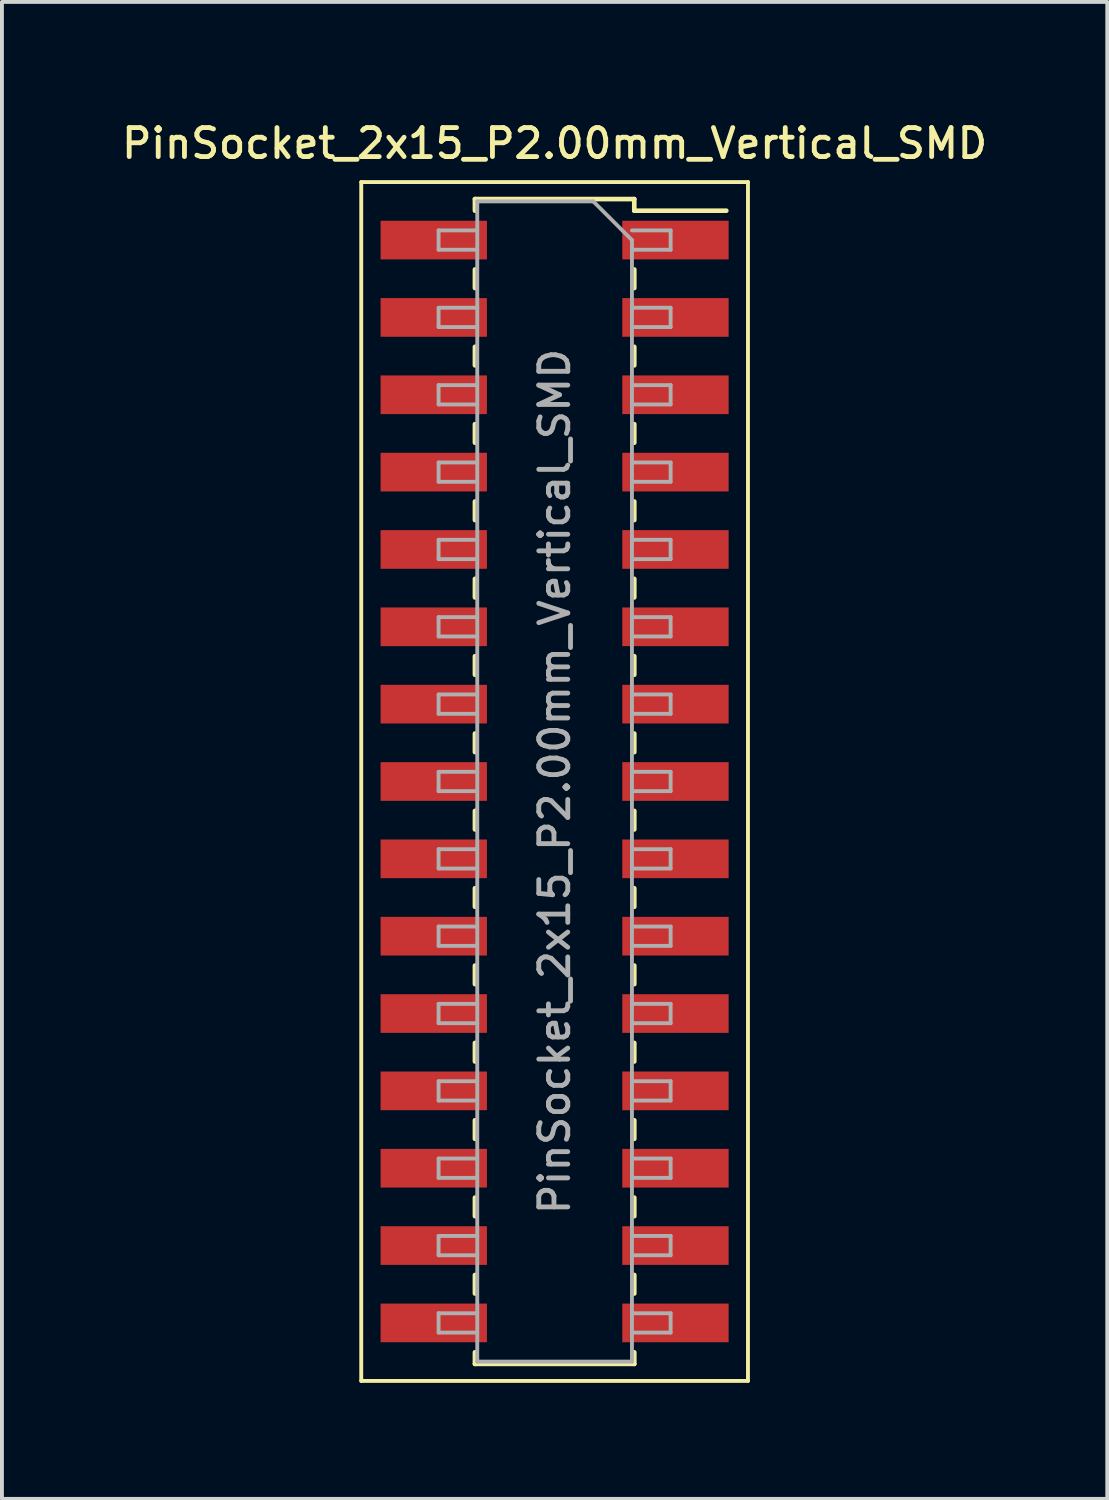
<source format=kicad_pcb>
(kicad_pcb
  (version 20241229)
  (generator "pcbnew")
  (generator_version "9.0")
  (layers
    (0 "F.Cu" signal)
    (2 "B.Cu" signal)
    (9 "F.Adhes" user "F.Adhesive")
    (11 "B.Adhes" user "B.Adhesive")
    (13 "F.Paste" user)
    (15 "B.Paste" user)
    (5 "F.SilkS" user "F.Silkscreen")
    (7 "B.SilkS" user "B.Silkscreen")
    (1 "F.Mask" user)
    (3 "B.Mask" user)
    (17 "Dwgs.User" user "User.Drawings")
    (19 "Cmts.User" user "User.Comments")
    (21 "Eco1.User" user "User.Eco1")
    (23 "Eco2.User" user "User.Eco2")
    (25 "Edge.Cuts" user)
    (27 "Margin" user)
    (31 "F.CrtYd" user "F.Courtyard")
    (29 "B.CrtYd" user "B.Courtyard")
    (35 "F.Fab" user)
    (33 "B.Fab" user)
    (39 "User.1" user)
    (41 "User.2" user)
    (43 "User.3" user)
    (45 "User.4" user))
  (footprint "PinSocket_2x15_P2.00mm_Vertical_SMD"
    (layer "F.Cu")
    (at 11.291 17.158)
    (property "Reference" "PinSocket_2x15_P2.00mm_Vertical_SMD" (at 0 -16.5 0) (layer "F.SilkS") (effects (font (size 0.75 0.75) (thickness 0.125))))
    (attr smd)
    (fp_line (start -5 -15.5) (end 5 -15.5) (stroke (width 0.1) (type solid)) (layer "F.SilkS"))
    (fp_line (start -5 15.5) (end -5 -15.5) (stroke (width 0.1) (type solid)) (layer "F.SilkS"))
    (fp_line (start -2.06 -15.06) (end -2.06 -14.76) (stroke (width 0.12) (type solid)) (layer "F.SilkS"))
    (fp_line (start -2.06 -15.06) (end 2.06 -15.06) (stroke (width 0.12) (type solid)) (layer "F.SilkS"))
    (fp_line (start -2.06 -13.24) (end -2.06 -12.76) (stroke (width 0.12) (type solid)) (layer "F.SilkS"))
    (fp_line (start -2.06 -11.24) (end -2.06 -10.76) (stroke (width 0.12) (type solid)) (layer "F.SilkS"))
    (fp_line (start -2.06 -9.24) (end -2.06 -8.76) (stroke (width 0.12) (type solid)) (layer "F.SilkS"))
    (fp_line (start -2.06 -7.24) (end -2.06 -6.76) (stroke (width 0.12) (type solid)) (layer "F.SilkS"))
    (fp_line (start -2.06 -5.24) (end -2.06 -4.76) (stroke (width 0.12) (type solid)) (layer "F.SilkS"))
    (fp_line (start -2.06 -3.24) (end -2.06 -2.76) (stroke (width 0.12) (type solid)) (layer "F.SilkS"))
    (fp_line (start -2.06 -1.24) (end -2.06 -0.76) (stroke (width 0.12) (type solid)) (layer "F.SilkS"))
    (fp_line (start -2.06 0.76) (end -2.06 1.24) (stroke (width 0.12) (type solid)) (layer "F.SilkS"))
    (fp_line (start -2.06 2.76) (end -2.06 3.24) (stroke (width 0.12) (type solid)) (layer "F.SilkS"))
    (fp_line (start -2.06 4.76) (end -2.06 5.24) (stroke (width 0.12) (type solid)) (layer "F.SilkS"))
    (fp_line (start -2.06 6.76) (end -2.06 7.24) (stroke (width 0.12) (type solid)) (layer "F.SilkS"))
    (fp_line (start -2.06 8.76) (end -2.06 9.24) (stroke (width 0.12) (type solid)) (layer "F.SilkS"))
    (fp_line (start -2.06 10.76) (end -2.06 11.24) (stroke (width 0.12) (type solid)) (layer "F.SilkS"))
    (fp_line (start -2.06 12.76) (end -2.06 13.24) (stroke (width 0.12) (type solid)) (layer "F.SilkS"))
    (fp_line (start -2.06 14.76) (end -2.06 15.06) (stroke (width 0.12) (type solid)) (layer "F.SilkS"))
    (fp_line (start -2.06 15.06) (end 2.06 15.06) (stroke (width 0.12) (type solid)) (layer "F.SilkS"))
    (fp_line (start 2.06 -15.06) (end 2.06 -14.76) (stroke (width 0.12) (type solid)) (layer "F.SilkS"))
    (fp_line (start 2.06 -14.76) (end 4.44 -14.76) (stroke (width 0.12) (type solid)) (layer "F.SilkS"))
    (fp_line (start 2.06 -13.24) (end 2.06 -12.76) (stroke (width 0.12) (type solid)) (layer "F.SilkS"))
    (fp_line (start 2.06 -11.24) (end 2.06 -10.76) (stroke (width 0.12) (type solid)) (layer "F.SilkS"))
    (fp_line (start 2.06 -9.24) (end 2.06 -8.76) (stroke (width 0.12) (type solid)) (layer "F.SilkS"))
    (fp_line (start 2.06 -7.24) (end 2.06 -6.76) (stroke (width 0.12) (type solid)) (layer "F.SilkS"))
    (fp_line (start 2.06 -5.24) (end 2.06 -4.76) (stroke (width 0.12) (type solid)) (layer "F.SilkS"))
    (fp_line (start 2.06 -3.24) (end 2.06 -2.76) (stroke (width 0.12) (type solid)) (layer "F.SilkS"))
    (fp_line (start 2.06 -1.24) (end 2.06 -0.76) (stroke (width 0.12) (type solid)) (layer "F.SilkS"))
    (fp_line (start 2.06 0.76) (end 2.06 1.24) (stroke (width 0.12) (type solid)) (layer "F.SilkS"))
    (fp_line (start 2.06 2.76) (end 2.06 3.24) (stroke (width 0.12) (type solid)) (layer "F.SilkS"))
    (fp_line (start 2.06 4.76) (end 2.06 5.24) (stroke (width 0.12) (type solid)) (layer "F.SilkS"))
    (fp_line (start 2.06 6.76) (end 2.06 7.24) (stroke (width 0.12) (type solid)) (layer "F.SilkS"))
    (fp_line (start 2.06 8.76) (end 2.06 9.24) (stroke (width 0.12) (type solid)) (layer "F.SilkS"))
    (fp_line (start 2.06 10.76) (end 2.06 11.24) (stroke (width 0.12) (type solid)) (layer "F.SilkS"))
    (fp_line (start 2.06 12.76) (end 2.06 13.24) (stroke (width 0.12) (type solid)) (layer "F.SilkS"))
    (fp_line (start 2.06 14.76) (end 2.06 15.06) (stroke (width 0.12) (type solid)) (layer "F.SilkS"))
    (fp_line (start 5 -15.5) (end 5 15.5) (stroke (width 0.1) (type solid)) (layer "F.SilkS"))
    (fp_line (start 5 15.5) (end -5 15.5) (stroke (width 0.1) (type solid)) (layer "F.SilkS"))
    (fp_line (start -3 -14.25) (end -2 -14.25) (stroke (width 0.1) (type solid)) (layer "F.Fab"))
    (fp_line (start -3 -13.75) (end -3 -14.25) (stroke (width 0.1) (type solid)) (layer "F.Fab"))
    (fp_line (start -3 -12.25) (end -2 -12.25) (stroke (width 0.1) (type solid)) (layer "F.Fab"))
    (fp_line (start -3 -11.75) (end -3 -12.25) (stroke (width 0.1) (type solid)) (layer "F.Fab"))
    (fp_line (start -3 -10.25) (end -2 -10.25) (stroke (width 0.1) (type solid)) (layer "F.Fab"))
    (fp_line (start -3 -9.75) (end -3 -10.25) (stroke (width 0.1) (type solid)) (layer "F.Fab"))
    (fp_line (start -3 -8.25) (end -2 -8.25) (stroke (width 0.1) (type solid)) (layer "F.Fab"))
    (fp_line (start -3 -7.75) (end -3 -8.25) (stroke (width 0.1) (type solid)) (layer "F.Fab"))
    (fp_line (start -3 -6.25) (end -2 -6.25) (stroke (width 0.1) (type solid)) (layer "F.Fab"))
    (fp_line (start -3 -5.75) (end -3 -6.25) (stroke (width 0.1) (type solid)) (layer "F.Fab"))
    (fp_line (start -3 -4.25) (end -2 -4.25) (stroke (width 0.1) (type solid)) (layer "F.Fab"))
    (fp_line (start -3 -3.75) (end -3 -4.25) (stroke (width 0.1) (type solid)) (layer "F.Fab"))
    (fp_line (start -3 -2.25) (end -2 -2.25) (stroke (width 0.1) (type solid)) (layer "F.Fab"))
    (fp_line (start -3 -1.75) (end -3 -2.25) (stroke (width 0.1) (type solid)) (layer "F.Fab"))
    (fp_line (start -3 -0.25) (end -2 -0.25) (stroke (width 0.1) (type solid)) (layer "F.Fab"))
    (fp_line (start -3 0.25) (end -3 -0.25) (stroke (width 0.1) (type solid)) (layer "F.Fab"))
    (fp_line (start -3 1.75) (end -2 1.75) (stroke (width 0.1) (type solid)) (layer "F.Fab"))
    (fp_line (start -3 2.25) (end -3 1.75) (stroke (width 0.1) (type solid)) (layer "F.Fab"))
    (fp_line (start -3 3.75) (end -2 3.75) (stroke (width 0.1) (type solid)) (layer "F.Fab"))
    (fp_line (start -3 4.25) (end -3 3.75) (stroke (width 0.1) (type solid)) (layer "F.Fab"))
    (fp_line (start -3 5.75) (end -2 5.75) (stroke (width 0.1) (type solid)) (layer "F.Fab"))
    (fp_line (start -3 6.25) (end -3 5.75) (stroke (width 0.1) (type solid)) (layer "F.Fab"))
    (fp_line (start -3 7.75) (end -2 7.75) (stroke (width 0.1) (type solid)) (layer "F.Fab"))
    (fp_line (start -3 8.25) (end -3 7.75) (stroke (width 0.1) (type solid)) (layer "F.Fab"))
    (fp_line (start -3 9.75) (end -2 9.75) (stroke (width 0.1) (type solid)) (layer "F.Fab"))
    (fp_line (start -3 10.25) (end -3 9.75) (stroke (width 0.1) (type solid)) (layer "F.Fab"))
    (fp_line (start -3 11.75) (end -2 11.75) (stroke (width 0.1) (type solid)) (layer "F.Fab"))
    (fp_line (start -3 12.25) (end -3 11.75) (stroke (width 0.1) (type solid)) (layer "F.Fab"))
    (fp_line (start -3 13.75) (end -2 13.75) (stroke (width 0.1) (type solid)) (layer "F.Fab"))
    (fp_line (start -3 14.25) (end -3 13.75) (stroke (width 0.1) (type solid)) (layer "F.Fab"))
    (fp_line (start -2 -15) (end 1 -15) (stroke (width 0.1) (type solid)) (layer "F.Fab"))
    (fp_line (start -2 -13.75) (end -3 -13.75) (stroke (width 0.1) (type solid)) (layer "F.Fab"))
    (fp_line (start -2 -11.75) (end -3 -11.75) (stroke (width 0.1) (type solid)) (layer "F.Fab"))
    (fp_line (start -2 -9.75) (end -3 -9.75) (stroke (width 0.1) (type solid)) (layer "F.Fab"))
    (fp_line (start -2 -7.75) (end -3 -7.75) (stroke (width 0.1) (type solid)) (layer "F.Fab"))
    (fp_line (start -2 -5.75) (end -3 -5.75) (stroke (width 0.1) (type solid)) (layer "F.Fab"))
    (fp_line (start -2 -3.75) (end -3 -3.75) (stroke (width 0.1) (type solid)) (layer "F.Fab"))
    (fp_line (start -2 -1.75) (end -3 -1.75) (stroke (width 0.1) (type solid)) (layer "F.Fab"))
    (fp_line (start -2 0.25) (end -3 0.25) (stroke (width 0.1) (type solid)) (layer "F.Fab"))
    (fp_line (start -2 2.25) (end -3 2.25) (stroke (width 0.1) (type solid)) (layer "F.Fab"))
    (fp_line (start -2 4.25) (end -3 4.25) (stroke (width 0.1) (type solid)) (layer "F.Fab"))
    (fp_line (start -2 6.25) (end -3 6.25) (stroke (width 0.1) (type solid)) (layer "F.Fab"))
    (fp_line (start -2 8.25) (end -3 8.25) (stroke (width 0.1) (type solid)) (layer "F.Fab"))
    (fp_line (start -2 10.25) (end -3 10.25) (stroke (width 0.1) (type solid)) (layer "F.Fab"))
    (fp_line (start -2 12.25) (end -3 12.25) (stroke (width 0.1) (type solid)) (layer "F.Fab"))
    (fp_line (start -2 14.25) (end -3 14.25) (stroke (width 0.1) (type solid)) (layer "F.Fab"))
    (fp_line (start -2 15) (end -2 -15) (stroke (width 0.1) (type solid)) (layer "F.Fab"))
    (fp_line (start 1 -15) (end 2 -14) (stroke (width 0.1) (type solid)) (layer "F.Fab"))
    (fp_line (start 2 -14.25) (end 3 -14.25) (stroke (width 0.1) (type solid)) (layer "F.Fab"))
    (fp_line (start 2 -14) (end 2 15) (stroke (width 0.1) (type solid)) (layer "F.Fab"))
    (fp_line (start 2 -12.25) (end 3 -12.25) (stroke (width 0.1) (type solid)) (layer "F.Fab"))
    (fp_line (start 2 -10.25) (end 3 -10.25) (stroke (width 0.1) (type solid)) (layer "F.Fab"))
    (fp_line (start 2 -8.25) (end 3 -8.25) (stroke (width 0.1) (type solid)) (layer "F.Fab"))
    (fp_line (start 2 -6.25) (end 3 -6.25) (stroke (width 0.1) (type solid)) (layer "F.Fab"))
    (fp_line (start 2 -4.25) (end 3 -4.25) (stroke (width 0.1) (type solid)) (layer "F.Fab"))
    (fp_line (start 2 -2.25) (end 3 -2.25) (stroke (width 0.1) (type solid)) (layer "F.Fab"))
    (fp_line (start 2 -0.25) (end 3 -0.25) (stroke (width 0.1) (type solid)) (layer "F.Fab"))
    (fp_line (start 2 1.75) (end 3 1.75) (stroke (width 0.1) (type solid)) (layer "F.Fab"))
    (fp_line (start 2 3.75) (end 3 3.75) (stroke (width 0.1) (type solid)) (layer "F.Fab"))
    (fp_line (start 2 5.75) (end 3 5.75) (stroke (width 0.1) (type solid)) (layer "F.Fab"))
    (fp_line (start 2 7.75) (end 3 7.75) (stroke (width 0.1) (type solid)) (layer "F.Fab"))
    (fp_line (start 2 9.75) (end 3 9.75) (stroke (width 0.1) (type solid)) (layer "F.Fab"))
    (fp_line (start 2 11.75) (end 3 11.75) (stroke (width 0.1) (type solid)) (layer "F.Fab"))
    (fp_line (start 2 13.75) (end 3 13.75) (stroke (width 0.1) (type solid)) (layer "F.Fab"))
    (fp_line (start 2 15) (end -2 15) (stroke (width 0.1) (type solid)) (layer "F.Fab"))
    (fp_line (start 3 -14.25) (end 3 -13.75) (stroke (width 0.1) (type solid)) (layer "F.Fab"))
    (fp_line (start 3 -13.75) (end 2 -13.75) (stroke (width 0.1) (type solid)) (layer "F.Fab"))
    (fp_line (start 3 -12.25) (end 3 -11.75) (stroke (width 0.1) (type solid)) (layer "F.Fab"))
    (fp_line (start 3 -11.75) (end 2 -11.75) (stroke (width 0.1) (type solid)) (layer "F.Fab"))
    (fp_line (start 3 -10.25) (end 3 -9.75) (stroke (width 0.1) (type solid)) (layer "F.Fab"))
    (fp_line (start 3 -9.75) (end 2 -9.75) (stroke (width 0.1) (type solid)) (layer "F.Fab"))
    (fp_line (start 3 -8.25) (end 3 -7.75) (stroke (width 0.1) (type solid)) (layer "F.Fab"))
    (fp_line (start 3 -7.75) (end 2 -7.75) (stroke (width 0.1) (type solid)) (layer "F.Fab"))
    (fp_line (start 3 -6.25) (end 3 -5.75) (stroke (width 0.1) (type solid)) (layer "F.Fab"))
    (fp_line (start 3 -5.75) (end 2 -5.75) (stroke (width 0.1) (type solid)) (layer "F.Fab"))
    (fp_line (start 3 -4.25) (end 3 -3.75) (stroke (width 0.1) (type solid)) (layer "F.Fab"))
    (fp_line (start 3 -3.75) (end 2 -3.75) (stroke (width 0.1) (type solid)) (layer "F.Fab"))
    (fp_line (start 3 -2.25) (end 3 -1.75) (stroke (width 0.1) (type solid)) (layer "F.Fab"))
    (fp_line (start 3 -1.75) (end 2 -1.75) (stroke (width 0.1) (type solid)) (layer "F.Fab"))
    (fp_line (start 3 -0.25) (end 3 0.25) (stroke (width 0.1) (type solid)) (layer "F.Fab"))
    (fp_line (start 3 0.25) (end 2 0.25) (stroke (width 0.1) (type solid)) (layer "F.Fab"))
    (fp_line (start 3 1.75) (end 3 2.25) (stroke (width 0.1) (type solid)) (layer "F.Fab"))
    (fp_line (start 3 2.25) (end 2 2.25) (stroke (width 0.1) (type solid)) (layer "F.Fab"))
    (fp_line (start 3 3.75) (end 3 4.25) (stroke (width 0.1) (type solid)) (layer "F.Fab"))
    (fp_line (start 3 4.25) (end 2 4.25) (stroke (width 0.1) (type solid)) (layer "F.Fab"))
    (fp_line (start 3 5.75) (end 3 6.25) (stroke (width 0.1) (type solid)) (layer "F.Fab"))
    (fp_line (start 3 6.25) (end 2 6.25) (stroke (width 0.1) (type solid)) (layer "F.Fab"))
    (fp_line (start 3 7.75) (end 3 8.25) (stroke (width 0.1) (type solid)) (layer "F.Fab"))
    (fp_line (start 3 8.25) (end 2 8.25) (stroke (width 0.1) (type solid)) (layer "F.Fab"))
    (fp_line (start 3 9.75) (end 3 10.25) (stroke (width 0.1) (type solid)) (layer "F.Fab"))
    (fp_line (start 3 10.25) (end 2 10.25) (stroke (width 0.1) (type solid)) (layer "F.Fab"))
    (fp_line (start 3 11.75) (end 3 12.25) (stroke (width 0.1) (type solid)) (layer "F.Fab"))
    (fp_line (start 3 12.25) (end 2 12.25) (stroke (width 0.1) (type solid)) (layer "F.Fab"))
    (fp_line (start 3 13.75) (end 3 14.25) (stroke (width 0.1) (type solid)) (layer "F.Fab"))
    (fp_line (start 3 14.25) (end 2 14.25) (stroke (width 0.1) (type solid)) (layer "F.Fab"))
    (fp_text user "${REFERENCE}" (at 0 0 90) (layer "F.Fab") (effects (font (size 0.75 0.75) (thickness 0.125))))
    (pad "1" smd rect (at 3.125 -14) (size 2.75 1) (layers "F.Cu" "F.Mask" "F.Paste"))
    (pad "2" smd rect (at -3.125 -14) (size 2.75 1) (layers "F.Cu" "F.Mask" "F.Paste"))
    (pad "3" smd rect (at 3.125 -12) (size 2.75 1) (layers "F.Cu" "F.Mask" "F.Paste"))
    (pad "4" smd rect (at -3.125 -12) (size 2.75 1) (layers "F.Cu" "F.Mask" "F.Paste"))
    (pad "5" smd rect (at 3.125 -10) (size 2.75 1) (layers "F.Cu" "F.Mask" "F.Paste"))
    (pad "6" smd rect (at -3.125 -10) (size 2.75 1) (layers "F.Cu" "F.Mask" "F.Paste"))
    (pad "7" smd rect (at 3.125 -8) (size 2.75 1) (layers "F.Cu" "F.Mask" "F.Paste"))
    (pad "8" smd rect (at -3.125 -8) (size 2.75 1) (layers "F.Cu" "F.Mask" "F.Paste"))
    (pad "9" smd rect (at 3.125 -6) (size 2.75 1) (layers "F.Cu" "F.Mask" "F.Paste"))
    (pad "10" smd rect (at -3.125 -6) (size 2.75 1) (layers "F.Cu" "F.Mask" "F.Paste"))
    (pad "11" smd rect (at 3.125 -4) (size 2.75 1) (layers "F.Cu" "F.Mask" "F.Paste"))
    (pad "12" smd rect (at -3.125 -4) (size 2.75 1) (layers "F.Cu" "F.Mask" "F.Paste"))
    (pad "13" smd rect (at 3.125 -2) (size 2.75 1) (layers "F.Cu" "F.Mask" "F.Paste"))
    (pad "14" smd rect (at -3.125 -2) (size 2.75 1) (layers "F.Cu" "F.Mask" "F.Paste"))
    (pad "15" smd rect (at 3.125 0) (size 2.75 1) (layers "F.Cu" "F.Mask" "F.Paste"))
    (pad "16" smd rect (at -3.125 0) (size 2.75 1) (layers "F.Cu" "F.Mask" "F.Paste"))
    (pad "17" smd rect (at 3.125 2) (size 2.75 1) (layers "F.Cu" "F.Mask" "F.Paste"))
    (pad "18" smd rect (at -3.125 2) (size 2.75 1) (layers "F.Cu" "F.Mask" "F.Paste"))
    (pad "19" smd rect (at 3.125 4) (size 2.75 1) (layers "F.Cu" "F.Mask" "F.Paste"))
    (pad "20" smd rect (at -3.125 4) (size 2.75 1) (layers "F.Cu" "F.Mask" "F.Paste"))
    (pad "21" smd rect (at 3.125 6) (size 2.75 1) (layers "F.Cu" "F.Mask" "F.Paste"))
    (pad "22" smd rect (at -3.125 6) (size 2.75 1) (layers "F.Cu" "F.Mask" "F.Paste"))
    (pad "23" smd rect (at 3.125 8) (size 2.75 1) (layers "F.Cu" "F.Mask" "F.Paste"))
    (pad "24" smd rect (at -3.125 8) (size 2.75 1) (layers "F.Cu" "F.Mask" "F.Paste"))
    (pad "25" smd rect (at 3.125 10) (size 2.75 1) (layers "F.Cu" "F.Mask" "F.Paste"))
    (pad "26" smd rect (at -3.125 10) (size 2.75 1) (layers "F.Cu" "F.Mask" "F.Paste"))
    (pad "27" smd rect (at 3.125 12) (size 2.75 1) (layers "F.Cu" "F.Mask" "F.Paste"))
    (pad "28" smd rect (at -3.125 12) (size 2.75 1) (layers "F.Cu" "F.Mask" "F.Paste"))
    (pad "29" smd rect (at 3.125 14) (size 2.75 1) (layers "F.Cu" "F.Mask" "F.Paste"))
    (pad "30" smd rect (at -3.125 14) (size 2.75 1) (layers "F.Cu" "F.Mask" "F.Paste")))
  (gr_rect
    (start -3 -3)
    (end 25.582 35.708)
    (stroke (width 0.1) (type default))
    (fill no)
    (layer "Edge.Cuts")))
</source>
